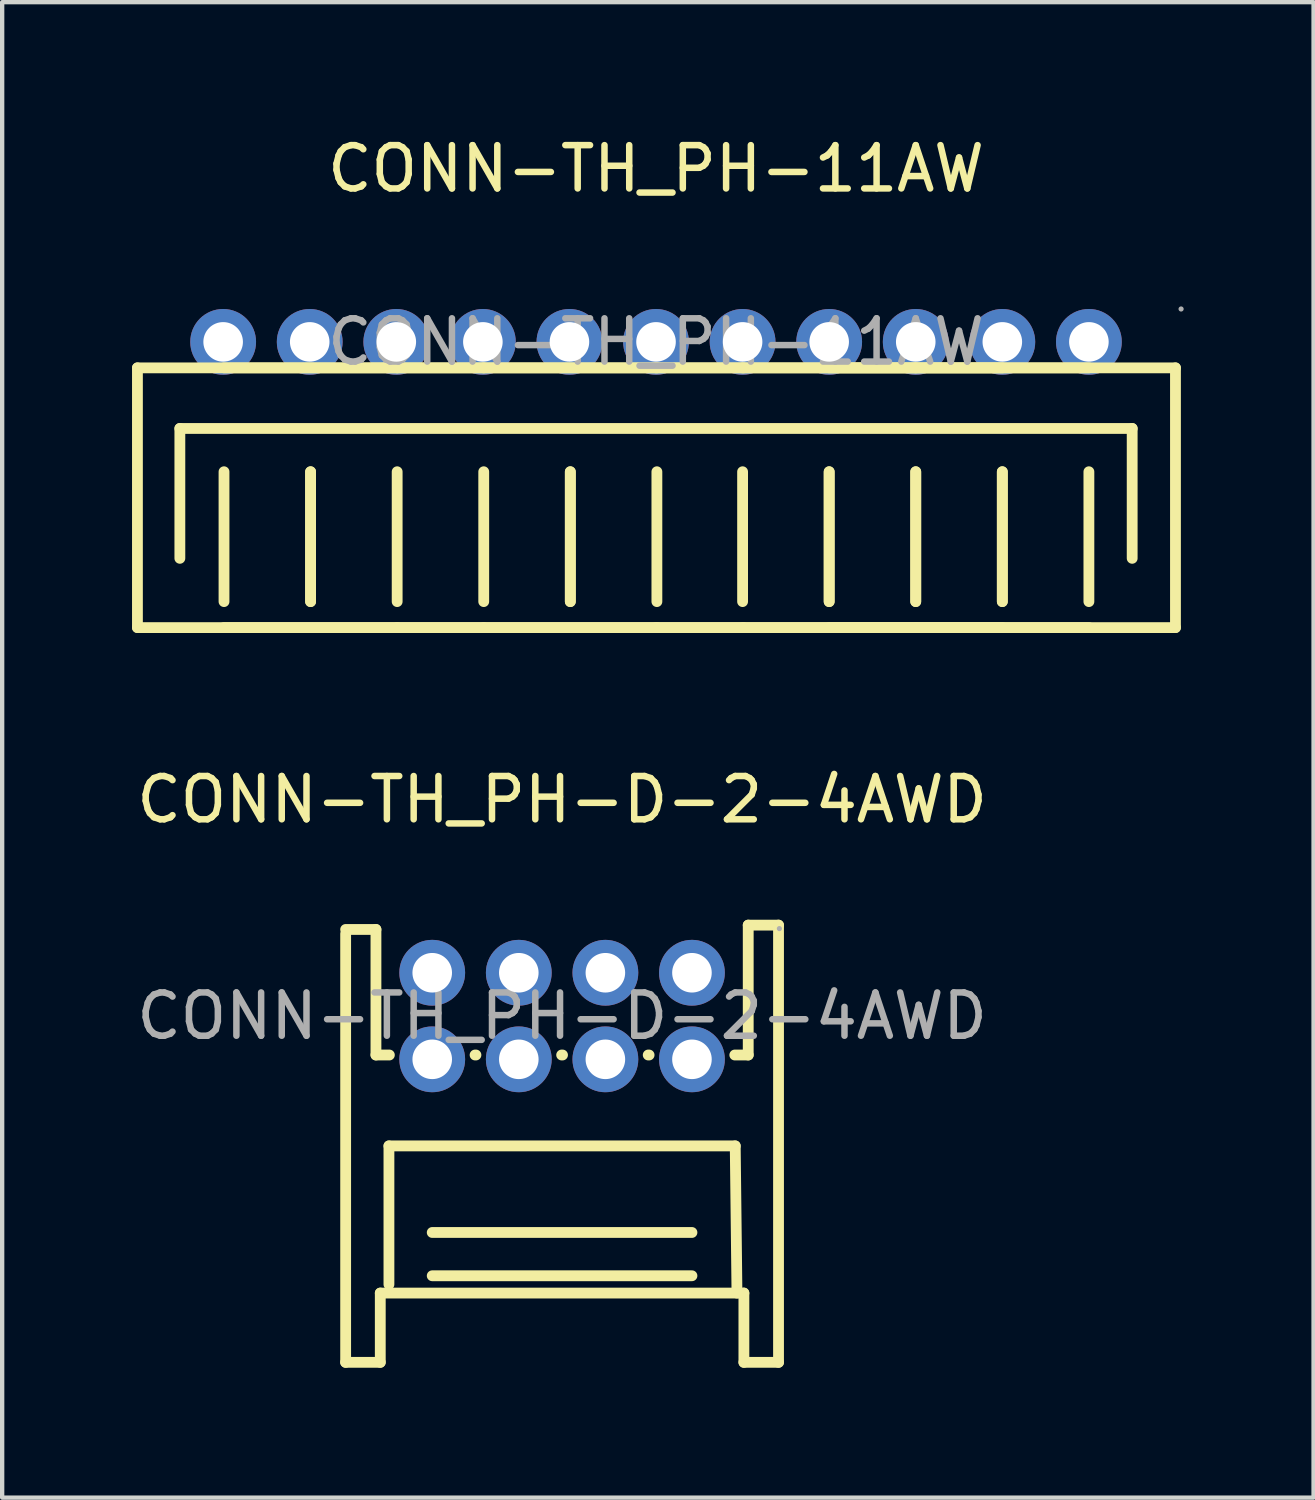
<source format=kicad_pcb>
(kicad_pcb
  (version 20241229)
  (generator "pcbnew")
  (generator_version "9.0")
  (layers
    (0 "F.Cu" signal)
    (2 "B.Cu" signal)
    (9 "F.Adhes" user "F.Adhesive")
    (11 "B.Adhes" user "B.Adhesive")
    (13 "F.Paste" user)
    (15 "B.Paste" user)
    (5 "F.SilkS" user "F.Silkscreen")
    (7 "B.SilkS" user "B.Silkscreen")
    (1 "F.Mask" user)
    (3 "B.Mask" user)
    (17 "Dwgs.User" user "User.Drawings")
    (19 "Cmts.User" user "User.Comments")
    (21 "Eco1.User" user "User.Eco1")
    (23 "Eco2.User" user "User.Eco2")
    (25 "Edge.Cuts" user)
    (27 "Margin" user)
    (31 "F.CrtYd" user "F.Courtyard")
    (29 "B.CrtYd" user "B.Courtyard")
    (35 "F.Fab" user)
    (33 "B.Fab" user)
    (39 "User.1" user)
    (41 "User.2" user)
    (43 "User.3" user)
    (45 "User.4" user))
  (footprint "CONN-TH_PH-11AW"
    (layer "F.Cu")
    (at 12.105 4.848)
    (property "Reference" "CONN-TH_PH-11AW" (at 0 -4 0) (layer "F.SilkS") (effects (font (size 1 1) (thickness 0.15))))
    (attr through_hole)
    (fp_line (start -11.98 0.6) (end -11.98 6.6) (stroke (width 0.25) (type solid)) (layer "F.SilkS"))
    (fp_line (start -11 2) (end -11 5) (stroke (width 0.25) (type solid)) (layer "F.SilkS"))
    (fp_line (start -9.98 6) (end -9.98 3) (stroke (width 0.25) (type solid)) (layer "F.SilkS"))
    (fp_line (start -7.98 3) (end -7.98 6) (stroke (width 0.25) (type solid)) (layer "F.SilkS"))
    (fp_line (start -7.98 6) (end -7.98 3) (stroke (width 0.25) (type solid)) (layer "F.SilkS"))
    (fp_line (start -5.98 0.6) (end -11.98 0.6) (stroke (width 0.25) (type solid)) (layer "F.SilkS"))
    (fp_line (start -5.98 3) (end -5.98 6) (stroke (width 0.25) (type solid)) (layer "F.SilkS"))
    (fp_line (start -5.98 6.6) (end -11.98 6.6) (stroke (width 0.25) (type solid)) (layer "F.SilkS"))
    (fp_line (start -3.98 0.6) (end -9.98 0.6) (stroke (width 0.25) (type solid)) (layer "F.SilkS"))
    (fp_line (start -3.98 6) (end -3.98 3) (stroke (width 0.25) (type solid)) (layer "F.SilkS"))
    (fp_line (start -3.98 6.6) (end -9.98 6.6) (stroke (width 0.25) (type solid)) (layer "F.SilkS"))
    (fp_line (start -1.98 3) (end -1.98 6) (stroke (width 0.25) (type solid)) (layer "F.SilkS"))
    (fp_line (start -1.98 6) (end -1.98 3) (stroke (width 0.25) (type solid)) (layer "F.SilkS"))
    (fp_line (start 0.02 0.6) (end -5.98 0.6) (stroke (width 0.25) (type solid)) (layer "F.SilkS"))
    (fp_line (start 0.02 3) (end 0.02 6) (stroke (width 0.25) (type solid)) (layer "F.SilkS"))
    (fp_line (start 0.02 6.6) (end -5.98 6.6) (stroke (width 0.25) (type solid)) (layer "F.SilkS"))
    (fp_line (start 2 6) (end 2 3) (stroke (width 0.25) (type solid)) (layer "F.SilkS"))
    (fp_line (start 2.02 0.6) (end -3.98 0.6) (stroke (width 0.25) (type solid)) (layer "F.SilkS"))
    (fp_line (start 2.02 6.6) (end -3.98 6.6) (stroke (width 0.25) (type solid)) (layer "F.SilkS"))
    (fp_line (start 4 3) (end 4 6) (stroke (width 0.25) (type solid)) (layer "F.SilkS"))
    (fp_line (start 4 6) (end 4 3) (stroke (width 0.25) (type solid)) (layer "F.SilkS"))
    (fp_line (start 6 0.6) (end 0 0.6) (stroke (width 0.25) (type solid)) (layer "F.SilkS"))
    (fp_line (start 6 3) (end 6 6) (stroke (width 0.25) (type solid)) (layer "F.SilkS"))
    (fp_line (start 6 6) (end 6 3) (stroke (width 0.25) (type solid)) (layer "F.SilkS"))
    (fp_line (start 6 6.6) (end 0 6.6) (stroke (width 0.25) (type solid)) (layer "F.SilkS"))
    (fp_line (start 8 0.6) (end 2 0.6) (stroke (width 0.25) (type solid)) (layer "F.SilkS"))
    (fp_line (start 8 3) (end 8 6) (stroke (width 0.25) (type solid)) (layer "F.SilkS"))
    (fp_line (start 8 6) (end 8 3) (stroke (width 0.25) (type solid)) (layer "F.SilkS"))
    (fp_line (start 8 6.6) (end 2 6.6) (stroke (width 0.25) (type solid)) (layer "F.SilkS"))
    (fp_line (start 10 0.6) (end 4 0.6) (stroke (width 0.25) (type solid)) (layer "F.SilkS"))
    (fp_line (start 10 3) (end 10 6) (stroke (width 0.25) (type solid)) (layer "F.SilkS"))
    (fp_line (start 10 6.6) (end 4 6.6) (stroke (width 0.25) (type solid)) (layer "F.SilkS"))
    (fp_line (start 11 2) (end -11 2) (stroke (width 0.25) (type solid)) (layer "F.SilkS"))
    (fp_line (start 11 5) (end 11 2) (stroke (width 0.25) (type solid)) (layer "F.SilkS"))
    (fp_line (start 12 0.6) (end 6 0.6) (stroke (width 0.25) (type solid)) (layer "F.SilkS"))
    (fp_line (start 12 0.6) (end 12 6.6) (stroke (width 0.25) (type solid)) (layer "F.SilkS"))
    (fp_line (start 12 6.6) (end 6 6.6) (stroke (width 0.25) (type solid)) (layer "F.SilkS"))
    (fp_circle (center -10 0) (end -9.82 0) (stroke (width 0.36) (type solid)) (fill no) (layer "F.Fab"))
    (fp_circle (center -8 0) (end -7.82 0) (stroke (width 0.36) (type solid)) (fill no) (layer "F.Fab"))
    (fp_circle (center -6 0) (end -5.82 0) (stroke (width 0.36) (type solid)) (fill no) (layer "F.Fab"))
    (fp_circle (center -4 0) (end -3.82 0) (stroke (width 0.36) (type solid)) (fill no) (layer "F.Fab"))
    (fp_circle (center -2 0) (end -1.82 0) (stroke (width 0.36) (type solid)) (fill no) (layer "F.Fab"))
    (fp_circle (center 0 0) (end 0.18 0) (stroke (width 0.36) (type solid)) (fill no) (layer "F.Fab"))
    (fp_circle (center 2 0) (end 2.18 0) (stroke (width 0.36) (type solid)) (fill no) (layer "F.Fab"))
    (fp_circle (center 4 0) (end 4.18 0) (stroke (width 0.36) (type solid)) (fill no) (layer "F.Fab"))
    (fp_circle (center 6 0) (end 6.18 0) (stroke (width 0.36) (type solid)) (fill no) (layer "F.Fab"))
    (fp_circle (center 8 0) (end 8.18 0) (stroke (width 0.36) (type solid)) (fill no) (layer "F.Fab"))
    (fp_circle (center 10 0) (end 10.18 0) (stroke (width 0.36) (type solid)) (fill no) (layer "F.Fab"))
    (fp_circle (center 12.13 -0.76) (end 12.16 -0.76) (stroke (width 0.06) (type solid)) (fill no) (layer "F.Fab"))
    (fp_text user "${REFERENCE}" (at 0 0 0) (layer "F.Fab") (effects (font (size 1 1) (thickness 0.15))))
    (pad "1" thru_hole circle (at 10 0 180) (size 1.52 1.52) (drill 0.914) (layers "*.Cu" "*.Paste" "*.Mask"))
    (pad "2" thru_hole circle (at 8 0 180) (size 1.52 1.52) (drill 0.914) (layers "*.Cu" "*.Paste" "*.Mask"))
    (pad "3" thru_hole circle (at 6 0 180) (size 1.52 1.52) (drill 0.914) (layers "*.Cu" "*.Paste" "*.Mask"))
    (pad "4" thru_hole circle (at 4 0 180) (size 1.52 1.52) (drill 0.914) (layers "*.Cu" "*.Paste" "*.Mask"))
    (pad "5" thru_hole circle (at 2 0 180) (size 1.52 1.52) (drill 0.914) (layers "*.Cu" "*.Paste" "*.Mask"))
    (pad "6" thru_hole circle (at 0 0 180) (size 1.52 1.52) (drill 0.914) (layers "*.Cu" "*.Paste" "*.Mask"))
    (pad "7" thru_hole circle (at -2 0 180) (size 1.52 1.52) (drill 0.914) (layers "*.Cu" "*.Paste" "*.Mask"))
    (pad "8" thru_hole circle (at -4 0 180) (size 1.52 1.52) (drill 0.914) (layers "*.Cu" "*.Paste" "*.Mask"))
    (pad "9" thru_hole circle (at -6 0 180) (size 1.52 1.52) (drill 0.914) (layers "*.Cu" "*.Paste" "*.Mask"))
    (pad "10" thru_hole circle (at -8 0 180) (size 1.52 1.52) (drill 0.914) (layers "*.Cu" "*.Paste" "*.Mask"))
    (pad "11" thru_hole circle (at -10 0 180) (size 1.52 1.52) (drill 0.914) (layers "*.Cu" "*.Paste" "*.Mask")))
  (footprint "CONN-TH_PH-D-2-4AWD"
    (layer "F.Cu")
    (at 9.935 20.422)
    (property "Reference" "CONN-TH_PH-D-2-4AWD" (at 0 -5 0) (layer "F.SilkS") (effects (font (size 1 1) (thickness 0.15))))
    (attr through_hole)
    (fp_line (start -5 -2) (end -4.3 -2) (stroke (width 0.25) (type solid)) (layer "F.SilkS"))
    (fp_line (start -5 8) (end -5 -1.9) (stroke (width 0.25) (type solid)) (layer "F.SilkS"))
    (fp_line (start -4.3 -2) (end -4.3 0.9) (stroke (width 0.25) (type solid)) (layer "F.SilkS"))
    (fp_line (start -4.3 0.9) (end -3.99 0.9) (stroke (width 0.25) (type solid)) (layer "F.SilkS"))
    (fp_line (start -4.2 6.4) (end -4.2 8) (stroke (width 0.25) (type solid)) (layer "F.SilkS"))
    (fp_line (start -4.2 8) (end -5 8) (stroke (width 0.25) (type solid)) (layer "F.SilkS"))
    (fp_line (start -4 3) (end -4 6.2) (stroke (width 0.25) (type solid)) (layer "F.SilkS"))
    (fp_line (start -2.01 0.9) (end -1.99 0.9) (stroke (width 0.25) (type solid)) (layer "F.SilkS"))
    (fp_line (start -0.01 0.9) (end 0.01 0.9) (stroke (width 0.25) (type solid)) (layer "F.SilkS"))
    (fp_line (start 1.99 0.9) (end 2.01 0.9) (stroke (width 0.25) (type solid)) (layer "F.SilkS"))
    (fp_line (start 3 5) (end -3 5) (stroke (width 0.25) (type solid)) (layer "F.SilkS"))
    (fp_line (start 3 6) (end -3 6) (stroke (width 0.25) (type solid)) (layer "F.SilkS"))
    (fp_line (start 3.99 0.9) (end 4.3 0.9) (stroke (width 0.25) (type solid)) (layer "F.SilkS"))
    (fp_line (start 4 3) (end -4 3) (stroke (width 0.25) (type solid)) (layer "F.SilkS"))
    (fp_line (start 4.04 6.4) (end 4 3) (stroke (width 0.25) (type solid)) (layer "F.SilkS"))
    (fp_line (start 4.2 6.4) (end -4.2 6.4) (stroke (width 0.25) (type solid)) (layer "F.SilkS"))
    (fp_line (start 4.2 8) (end 4.2 6.4) (stroke (width 0.25) (type solid)) (layer "F.SilkS"))
    (fp_line (start 4.3 -2.1) (end 5 -2.1) (stroke (width 0.25) (type solid)) (layer "F.SilkS"))
    (fp_line (start 4.3 0.9) (end 4.3 -2.1) (stroke (width 0.25) (type solid)) (layer "F.SilkS"))
    (fp_line (start 5 -2.1) (end 5 8) (stroke (width 0.25) (type solid)) (layer "F.SilkS"))
    (fp_line (start 5 8) (end 4.2 8) (stroke (width 0.25) (type solid)) (layer "F.SilkS"))
    (fp_circle (center 5.02 -2.02) (end 5.05 -2.02) (stroke (width 0.06) (type solid)) (fill no) (layer "F.Fab"))
    (fp_text user "${REFERENCE}" (at 0 0 0) (layer "F.Fab") (effects (font (size 1 1) (thickness 0.15))))
    (pad "1" thru_hole circle (at 3 -1 180) (size 1.52 1.52) (drill 0.914) (layers "*.Cu" "*.Paste" "*.Mask"))
    (pad "2" thru_hole circle (at 3 1 180) (size 1.52 1.52) (drill 0.914) (layers "*.Cu" "*.Paste" "*.Mask"))
    (pad "3" thru_hole circle (at 1 -1 180) (size 1.52 1.52) (drill 0.914) (layers "*.Cu" "*.Paste" "*.Mask"))
    (pad "4" thru_hole circle (at 1 1 180) (size 1.52 1.52) (drill 0.914) (layers "*.Cu" "*.Paste" "*.Mask"))
    (pad "5" thru_hole circle (at -1 -1 180) (size 1.52 1.52) (drill 0.914) (layers "*.Cu" "*.Paste" "*.Mask"))
    (pad "6" thru_hole circle (at -1 1 180) (size 1.52 1.52) (drill 0.914) (layers "*.Cu" "*.Paste" "*.Mask"))
    (pad "7" thru_hole circle (at -3 -1 180) (size 1.52 1.52) (drill 0.914) (layers "*.Cu" "*.Paste" "*.Mask"))
    (pad "8" thru_hole circle (at -3 1 180) (size 1.52 1.52) (drill 0.914) (layers "*.Cu" "*.Paste" "*.Mask")))
  (gr_rect
    (start -3 -3)
    (end 27.295 31.547)
    (stroke (width 0.1) (type default))
    (fill no)
    (layer "Edge.Cuts")))
</source>
